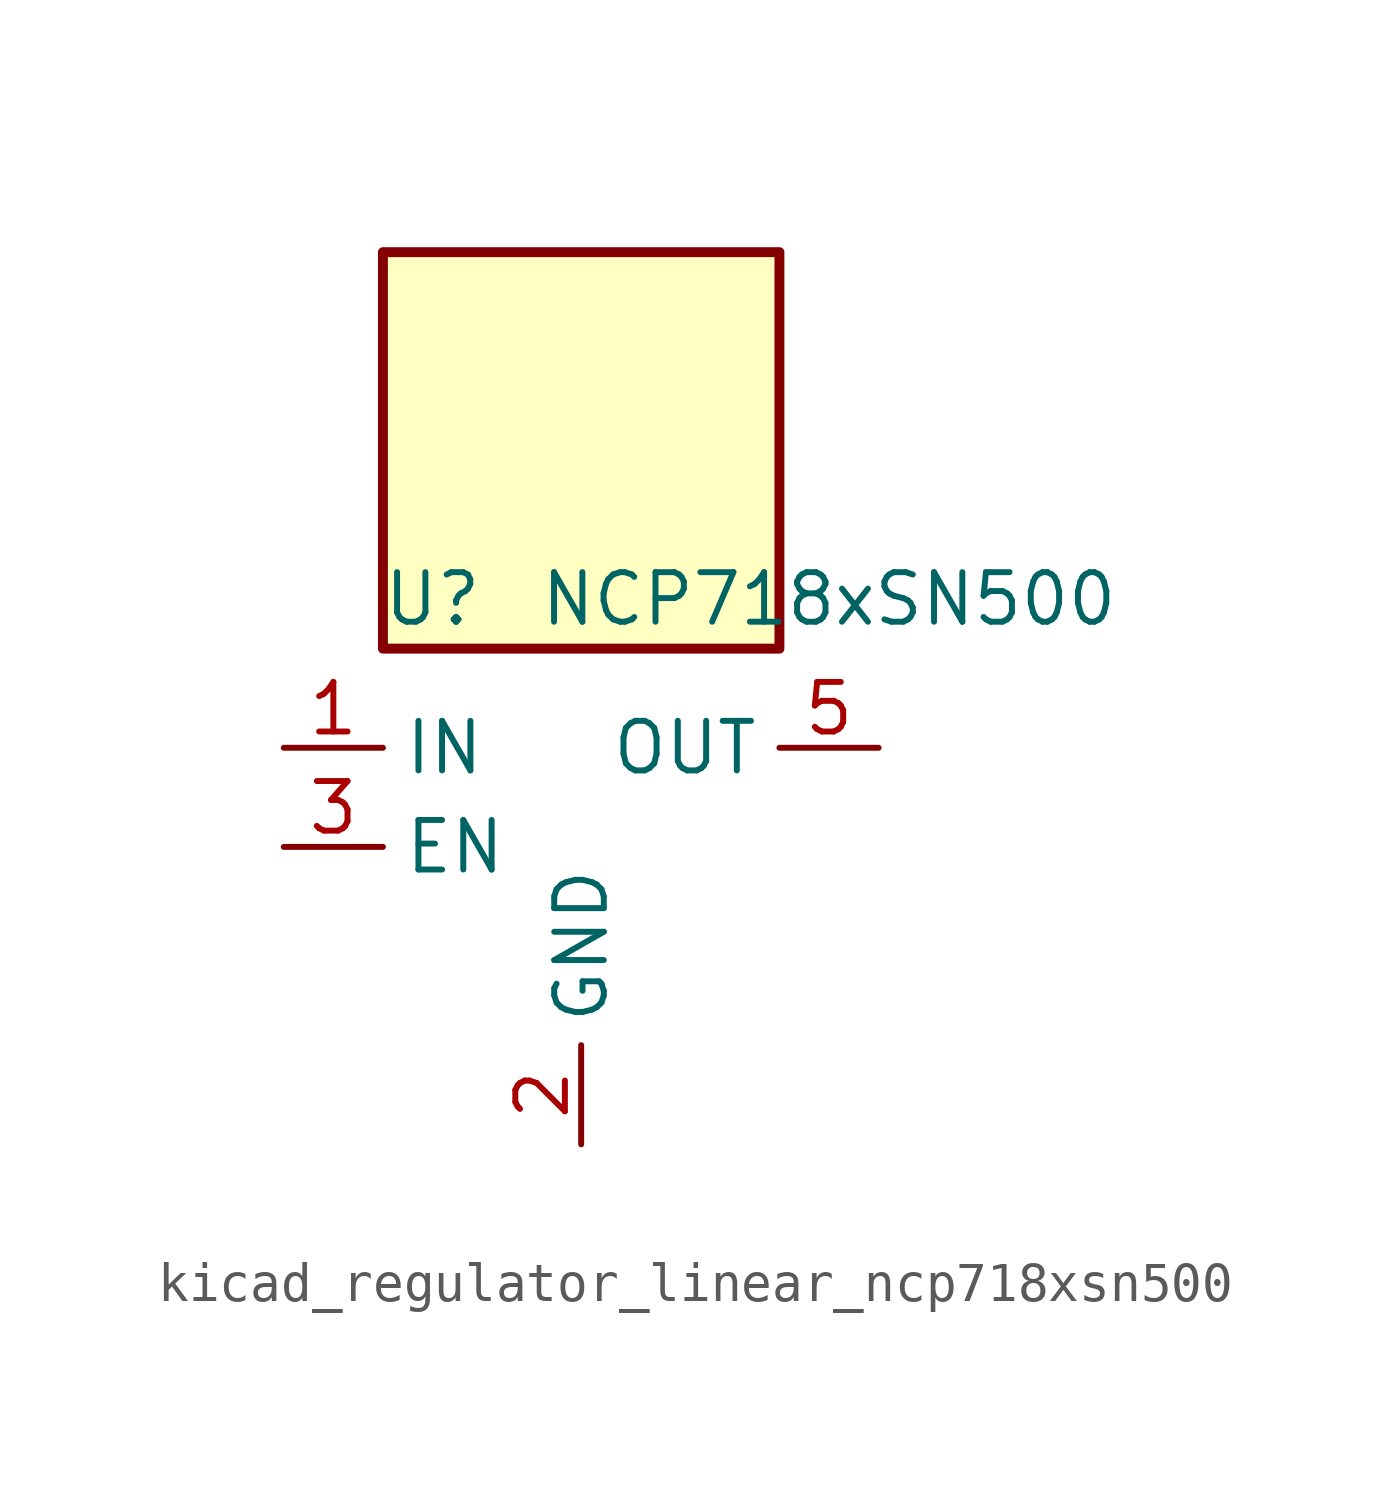
<source format=kicad_sym>
(kicad_symbol_lib
  (version 20220914)
  (generator kicad_symbol_editor)
  (symbol "kicad_regulator_linear_ncp718xsn500"
    (property "Reference" "U"
      (at -3.81 6.35 0)
      (effects (font (size 1.27 1.27))))
    (property "Value" "NCP718xSN500"
      (at 6.35 6.35 0)
      (effects (font (size 1.27 1.27))))
    (symbol "kicad_regulator_linear_ncp718xsn500_0_1"
      (rectangle (start 5.08 15.24) (end -5.08 5.08) (stroke (width 0.254) (type default)) (fill (type background)))
      (pin power_in line (at -7.62 2.54 0) (length 2.54) (name "IN" (effects (font (size 1.27 1.27)))) (number "1" (effects (font (size 1.27 1.27)))))
      (pin power_in line (at 0 -7.62 90) (length 2.54) (name "GND" (effects (font (size 1.27 1.27)))) (number "2" (effects (font (size 1.27 1.27)))))
      (pin input line (at -7.62 0 0) (length 2.54) (name "EN" (effects (font (size 1.27 1.27)))) (number "3" (effects (font (size 1.27 1.27)))))
      (pin no_connect line (at 5.08 0 180) (length 2.54) hide (name "NC" (effects (font (size 1.27 1.27)))) (number "4" (effects (font (size 1.27 1.27)))))
      (pin power_out line (at 7.62 2.54 180) (length 2.54) (name "OUT" (effects (font (size 1.27 1.27)))) (number "5" (effects (font (size 1.27 1.27))))))))
</source>
